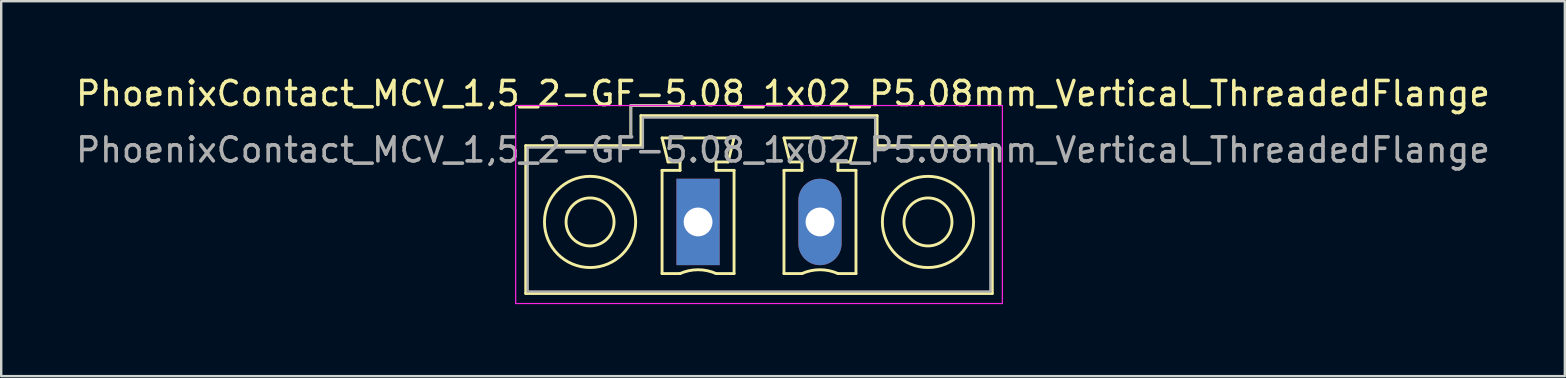
<source format=kicad_pcb>
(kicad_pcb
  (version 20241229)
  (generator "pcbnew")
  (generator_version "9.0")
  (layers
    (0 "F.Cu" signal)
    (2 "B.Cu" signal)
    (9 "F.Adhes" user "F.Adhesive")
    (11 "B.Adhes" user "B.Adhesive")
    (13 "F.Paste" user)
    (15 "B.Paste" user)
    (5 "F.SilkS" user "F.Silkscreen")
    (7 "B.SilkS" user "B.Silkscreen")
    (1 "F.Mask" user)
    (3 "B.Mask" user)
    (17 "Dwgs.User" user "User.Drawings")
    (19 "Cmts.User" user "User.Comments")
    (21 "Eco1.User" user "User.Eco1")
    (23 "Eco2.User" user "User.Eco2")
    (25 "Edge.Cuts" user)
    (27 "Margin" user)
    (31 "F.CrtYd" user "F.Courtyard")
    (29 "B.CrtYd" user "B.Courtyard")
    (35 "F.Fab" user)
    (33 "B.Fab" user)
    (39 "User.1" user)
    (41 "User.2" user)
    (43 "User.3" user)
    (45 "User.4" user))
  (footprint "PhoenixContact_MCV_1,5_2-GF-5.08_1x02_P5.08mm_Vertical_ThreadedFlange"
    (layer "F.Cu")
    (at 26.037 6.198)
    (property "Reference" "PhoenixContact_MCV_1,5_2-GF-5.08_1x02_P5.08mm_Vertical_ThreadedFlange" (at 3.54 -5.35 0) (layer "F.SilkS") (effects (font (size 1 1) (thickness 0.15))))
    (attr through_hole)
    (fp_line (start -7.18 -3.18) (end -7.18 2.98) (stroke (width 0.12) (type solid)) (layer "F.SilkS"))
    (fp_line (start -7.18 2.98) (end 12.26 2.98) (stroke (width 0.12) (type solid)) (layer "F.SilkS"))
    (fp_line (start -2.8 -4.85) (end -0.8 -4.85) (stroke (width 0.12) (type solid)) (layer "F.SilkS"))
    (fp_line (start -2.8 -3.6) (end -2.8 -4.85) (stroke (width 0.12) (type solid)) (layer "F.SilkS"))
    (fp_line (start -2.38 -4.43) (end -2.38 -3.18) (stroke (width 0.12) (type solid)) (layer "F.SilkS"))
    (fp_line (start -2.38 -3.18) (end -7.18 -3.18) (stroke (width 0.12) (type solid)) (layer "F.SilkS"))
    (fp_line (start -1.5 -3.5) (end 1.5 -3.5) (stroke (width 0.12) (type solid)) (layer "F.SilkS"))
    (fp_line (start -1.5 -2.15) (end -0.75 -2.15) (stroke (width 0.12) (type solid)) (layer "F.SilkS"))
    (fp_line (start -1.5 2.15) (end -1.5 -2.15) (stroke (width 0.12) (type solid)) (layer "F.SilkS"))
    (fp_line (start -1.25 -2.5) (end -1.5 -3.5) (stroke (width 0.12) (type solid)) (layer "F.SilkS"))
    (fp_line (start -0.75 -2.5) (end -1.25 -2.5) (stroke (width 0.12) (type solid)) (layer "F.SilkS"))
    (fp_line (start -0.75 -2.15) (end -0.75 -2.5) (stroke (width 0.12) (type solid)) (layer "F.SilkS"))
    (fp_line (start -0.75 2.15) (end -1.5 2.15) (stroke (width 0.12) (type solid)) (layer "F.SilkS"))
    (fp_line (start 0.75 -2.5) (end 0.75 -2.15) (stroke (width 0.12) (type solid)) (layer "F.SilkS"))
    (fp_line (start 0.75 -2.15) (end 1.5 -2.15) (stroke (width 0.12) (type solid)) (layer "F.SilkS"))
    (fp_line (start 1.25 -2.5) (end 0.75 -2.5) (stroke (width 0.12) (type solid)) (layer "F.SilkS"))
    (fp_line (start 1.5 -3.5) (end 1.25 -2.5) (stroke (width 0.12) (type solid)) (layer "F.SilkS"))
    (fp_line (start 1.5 -2.15) (end 1.5 2.15) (stroke (width 0.12) (type solid)) (layer "F.SilkS"))
    (fp_line (start 1.5 2.15) (end 0.75 2.15) (stroke (width 0.12) (type solid)) (layer "F.SilkS"))
    (fp_line (start 3.58 -3.5) (end 6.58 -3.5) (stroke (width 0.12) (type solid)) (layer "F.SilkS"))
    (fp_line (start 3.58 -2.15) (end 4.33 -2.15) (stroke (width 0.12) (type solid)) (layer "F.SilkS"))
    (fp_line (start 3.58 2.15) (end 3.58 -2.15) (stroke (width 0.12) (type solid)) (layer "F.SilkS"))
    (fp_line (start 3.83 -2.5) (end 3.58 -3.5) (stroke (width 0.12) (type solid)) (layer "F.SilkS"))
    (fp_line (start 4.33 -2.5) (end 3.83 -2.5) (stroke (width 0.12) (type solid)) (layer "F.SilkS"))
    (fp_line (start 4.33 -2.15) (end 4.33 -2.5) (stroke (width 0.12) (type solid)) (layer "F.SilkS"))
    (fp_line (start 4.33 2.15) (end 3.58 2.15) (stroke (width 0.12) (type solid)) (layer "F.SilkS"))
    (fp_line (start 5.83 -2.5) (end 5.83 -2.15) (stroke (width 0.12) (type solid)) (layer "F.SilkS"))
    (fp_line (start 5.83 -2.15) (end 6.58 -2.15) (stroke (width 0.12) (type solid)) (layer "F.SilkS"))
    (fp_line (start 6.33 -2.5) (end 5.83 -2.5) (stroke (width 0.12) (type solid)) (layer "F.SilkS"))
    (fp_line (start 6.58 -3.5) (end 6.33 -2.5) (stroke (width 0.12) (type solid)) (layer "F.SilkS"))
    (fp_line (start 6.58 -2.15) (end 6.58 2.15) (stroke (width 0.12) (type solid)) (layer "F.SilkS"))
    (fp_line (start 6.58 2.15) (end 5.83 2.15) (stroke (width 0.12) (type solid)) (layer "F.SilkS"))
    (fp_line (start 7.46 -4.43) (end -2.38 -4.43) (stroke (width 0.12) (type solid)) (layer "F.SilkS"))
    (fp_line (start 7.46 -3.18) (end 7.46 -4.43) (stroke (width 0.12) (type solid)) (layer "F.SilkS"))
    (fp_line (start 12.26 -3.18) (end 7.46 -3.18) (stroke (width 0.12) (type solid)) (layer "F.SilkS"))
    (fp_line (start 12.26 2.98) (end 12.26 -3.18) (stroke (width 0.12) (type solid)) (layer "F.SilkS"))
    (fp_arc (start -0.75 2.15) (mid -0.000193 1.99191) (end 0.749647 2.149844) (stroke (width 0.12) (type solid)) (layer "F.SilkS"))
    (fp_arc (start 4.33 2.15) (mid 5.079807 1.99191) (end 5.829647 2.149844) (stroke (width 0.12) (type solid)) (layer "F.SilkS"))
    (fp_circle (center -4.5 0) (end -3.5 0) (stroke (width 0.12) (type solid)) (fill no) (layer "F.SilkS"))
    (fp_circle (center -4.5 0) (end -2.6 0) (stroke (width 0.12) (type solid)) (fill no) (layer "F.SilkS"))
    (fp_circle (center 9.58 0) (end 10.58 0) (stroke (width 0.12) (type solid)) (fill no) (layer "F.SilkS"))
    (fp_circle (center 9.58 0) (end 11.48 0) (stroke (width 0.12) (type solid)) (fill no) (layer "F.SilkS"))
    (fp_line (start -7.6 -4.85) (end -7.6 3.4) (stroke (width 0.05) (type solid)) (layer "F.CrtYd"))
    (fp_line (start -7.6 3.4) (end 12.68 3.4) (stroke (width 0.05) (type solid)) (layer "F.CrtYd"))
    (fp_line (start 12.68 -4.85) (end -7.6 -4.85) (stroke (width 0.05) (type solid)) (layer "F.CrtYd"))
    (fp_line (start 12.68 3.4) (end 12.68 -4.85) (stroke (width 0.05) (type solid)) (layer "F.CrtYd"))
    (fp_line (start -7.1 -3.1) (end -7.1 2.9) (stroke (width 0.1) (type solid)) (layer "F.Fab"))
    (fp_line (start -7.1 2.9) (end 12.18 2.9) (stroke (width 0.1) (type solid)) (layer "F.Fab"))
    (fp_line (start -2.8 -4.85) (end -0.8 -4.85) (stroke (width 0.1) (type solid)) (layer "F.Fab"))
    (fp_line (start -2.8 -3.6) (end -2.8 -4.85) (stroke (width 0.1) (type solid)) (layer "F.Fab"))
    (fp_line (start -2.3 -4.35) (end -2.3 -3.1) (stroke (width 0.1) (type solid)) (layer "F.Fab"))
    (fp_line (start -2.3 -3.1) (end -7.1 -3.1) (stroke (width 0.1) (type solid)) (layer "F.Fab"))
    (fp_line (start 7.38 -4.35) (end -2.3 -4.35) (stroke (width 0.1) (type solid)) (layer "F.Fab"))
    (fp_line (start 7.38 -3.1) (end 7.38 -4.35) (stroke (width 0.1) (type solid)) (layer "F.Fab"))
    (fp_line (start 12.18 -3.1) (end 7.38 -3.1) (stroke (width 0.1) (type solid)) (layer "F.Fab"))
    (fp_line (start 12.18 2.9) (end 12.18 -3.1) (stroke (width 0.1) (type solid)) (layer "F.Fab"))
    (fp_text user "${REFERENCE}" (at 3.54 -3 0) (layer "F.Fab") (effects (font (size 1 1) (thickness 0.15))))
    (pad "1" thru_hole rect (at 0 0) (size 1.8 3.6) (drill 1.2) (layers "*.Cu" "*.Mask"))
    (pad "2" thru_hole oval (at 5.08 0) (size 1.8 3.6) (drill 1.2) (layers "*.Cu" "*.Mask")))
  (gr_rect
    (start -3 -3)
    (end 62.155 12.623)
    (stroke (width 0.1) (type default))
    (fill no)
    (layer "Edge.Cuts")))
</source>
